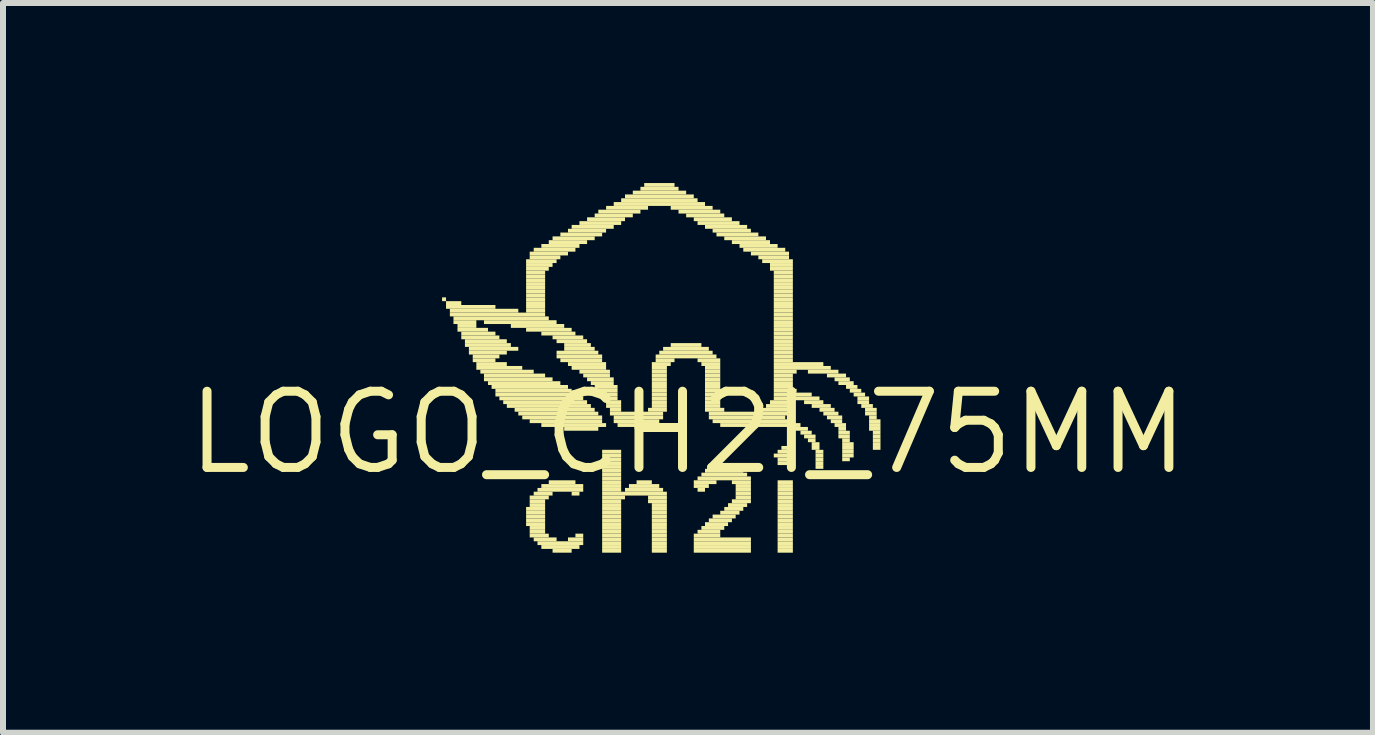
<source format=kicad_pcb>
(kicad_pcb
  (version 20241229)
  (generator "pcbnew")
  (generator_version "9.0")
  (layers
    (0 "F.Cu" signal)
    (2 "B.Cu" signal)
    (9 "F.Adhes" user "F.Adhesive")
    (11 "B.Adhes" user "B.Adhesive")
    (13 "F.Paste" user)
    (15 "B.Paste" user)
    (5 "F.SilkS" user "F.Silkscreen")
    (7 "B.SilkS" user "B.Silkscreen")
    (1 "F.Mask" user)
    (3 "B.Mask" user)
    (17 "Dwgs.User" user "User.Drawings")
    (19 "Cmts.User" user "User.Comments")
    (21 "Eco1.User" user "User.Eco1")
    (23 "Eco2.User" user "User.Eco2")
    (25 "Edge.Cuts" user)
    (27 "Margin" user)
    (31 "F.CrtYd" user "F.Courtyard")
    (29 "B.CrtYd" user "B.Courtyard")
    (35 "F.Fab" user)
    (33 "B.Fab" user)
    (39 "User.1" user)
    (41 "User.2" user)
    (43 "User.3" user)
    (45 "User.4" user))
  (footprint "LOGO_CH2I_75MM"
    (layer "F.Cu")
    (at 8.413 4.159)
    (property "Reference" "LOGO_CH2I_75MM" (at 0 0 0) (layer "F.SilkS") (effects (font (size 1.27 1.27) (thickness 0.15))))
    (fp_poly (pts (xy -4.097 -2.191) (xy -4.031 -2.191) (xy -4.031 -2.254) (xy -4.097 -2.254)) (stroke (width 0) (type default)) (fill yes) (layer "F.SilkS"))
    (fp_poly (pts (xy -4.031 -2.127) (xy -3.777 -2.127) (xy -3.777 -2.191) (xy -4.031 -2.191)) (stroke (width 0) (type default)) (fill yes) (layer "F.SilkS"))
    (fp_poly (pts (xy -4.031 -2.064) (xy -3.208 -2.064) (xy -3.208 -2.127) (xy -4.031 -2.127)) (stroke (width 0) (type default)) (fill yes) (layer "F.SilkS"))
    (fp_poly (pts (xy -3.967 -2) (xy -2.827 -2) (xy -2.827 -2.064) (xy -3.967 -2.064)) (stroke (width 0) (type default)) (fill yes) (layer "F.SilkS"))
    (fp_poly (pts (xy -3.967 -1.937) (xy -2.38 -1.937) (xy -2.38 -2) (xy -3.967 -2)) (stroke (width 0) (type default)) (fill yes) (layer "F.SilkS"))
    (fp_poly (pts (xy -3.907 -1.873) (xy -2.319 -1.873) (xy -2.319 -1.937) (xy -3.907 -1.937)) (stroke (width 0) (type default)) (fill yes) (layer "F.SilkS"))
    (fp_poly (pts (xy -3.907 -1.81) (xy -3.526 -1.81) (xy -3.526 -1.873) (xy -3.907 -1.873)) (stroke (width 0) (type default)) (fill yes) (layer "F.SilkS"))
    (fp_poly (pts (xy -3.84 -1.746) (xy -3.526 -1.746) (xy -3.526 -1.81) (xy -3.84 -1.81)) (stroke (width 0) (type default)) (fill yes) (layer "F.SilkS"))
    (fp_poly (pts (xy -3.84 -1.683) (xy -3.332 -1.683) (xy -3.332 -1.746) (xy -3.84 -1.746)) (stroke (width 0) (type default)) (fill yes) (layer "F.SilkS"))
    (fp_poly (pts (xy -3.777 -1.619) (xy -3.208 -1.619) (xy -3.208 -1.683) (xy -3.777 -1.683)) (stroke (width 0) (type default)) (fill yes) (layer "F.SilkS"))
    (fp_poly (pts (xy -3.777 -1.556) (xy -3.142 -1.556) (xy -3.142 -1.619) (xy -3.777 -1.619)) (stroke (width 0) (type default)) (fill yes) (layer "F.SilkS"))
    (fp_poly (pts (xy -3.716 -1.492) (xy -3.018 -1.492) (xy -3.018 -1.556) (xy -3.716 -1.556)) (stroke (width 0) (type default)) (fill yes) (layer "F.SilkS"))
    (fp_poly (pts (xy -3.716 -1.429) (xy -2.951 -1.429) (xy -2.951 -1.492) (xy -3.716 -1.492)) (stroke (width 0) (type default)) (fill yes) (layer "F.SilkS"))
    (fp_poly (pts (xy -3.65 -1.365) (xy -2.827 -1.365) (xy -2.827 -1.429) (xy -3.65 -1.429)) (stroke (width 0) (type default)) (fill yes) (layer "F.SilkS"))
    (fp_poly (pts (xy -3.65 -1.302) (xy -3.018 -1.302) (xy -3.018 -1.365) (xy -3.65 -1.365)) (stroke (width 0) (type default)) (fill yes) (layer "F.SilkS"))
    (fp_poly (pts (xy -3.586 -1.238) (xy -3.142 -1.238) (xy -3.142 -1.302) (xy -3.586 -1.302)) (stroke (width 0) (type default)) (fill yes) (layer "F.SilkS"))
    (fp_poly (pts (xy -3.586 -1.175) (xy -3.208 -1.175) (xy -3.208 -1.238) (xy -3.586 -1.238)) (stroke (width 0) (type default)) (fill yes) (layer "F.SilkS"))
    (fp_poly (pts (xy -3.526 -1.111) (xy -3.018 -1.111) (xy -3.018 -1.175) (xy -3.526 -1.175)) (stroke (width 0) (type default)) (fill yes) (layer "F.SilkS"))
    (fp_poly (pts (xy -3.526 -1.048) (xy -2.761 -1.048) (xy -2.761 -1.111) (xy -3.526 -1.111)) (stroke (width 0) (type default)) (fill yes) (layer "F.SilkS"))
    (fp_poly (pts (xy -3.459 -0.984) (xy -2.57 -0.984) (xy -2.57 -1.048) (xy -3.459 -1.048)) (stroke (width 0) (type default)) (fill yes) (layer "F.SilkS"))
    (fp_poly (pts (xy -3.399 -1.81) (xy -2.189 -1.81) (xy -2.189 -1.873) (xy -3.399 -1.873)) (stroke (width 0) (type default)) (fill yes) (layer "F.SilkS"))
    (fp_poly (pts (xy -3.399 -0.921) (xy -2.38 -0.921) (xy -2.38 -0.984) (xy -3.399 -0.984)) (stroke (width 0) (type default)) (fill yes) (layer "F.SilkS"))
    (fp_poly (pts (xy -3.399 -0.857) (xy -2.256 -0.857) (xy -2.256 -0.921) (xy -3.399 -0.921)) (stroke (width 0) (type default)) (fill yes) (layer "F.SilkS"))
    (fp_poly (pts (xy -3.332 -0.794) (xy -2.126 -0.794) (xy -2.126 -0.857) (xy -3.332 -0.857)) (stroke (width 0) (type default)) (fill yes) (layer "F.SilkS"))
    (fp_poly (pts (xy -3.272 -0.73) (xy -1.999 -0.73) (xy -1.999 -0.794) (xy -3.272 -0.794)) (stroke (width 0) (type default)) (fill yes) (layer "F.SilkS"))
    (fp_poly (pts (xy -3.208 -0.667) (xy -1.938 -0.667) (xy -1.938 -0.73) (xy -3.208 -0.73)) (stroke (width 0) (type default)) (fill yes) (layer "F.SilkS"))
    (fp_poly (pts (xy -3.208 -0.603) (xy -1.808 -0.603) (xy -1.808 -0.667) (xy -3.208 -0.667)) (stroke (width 0) (type default)) (fill yes) (layer "F.SilkS"))
    (fp_poly (pts (xy -3.142 -0.54) (xy -1.745 -0.54) (xy -1.745 -0.603) (xy -3.142 -0.603)) (stroke (width 0) (type default)) (fill yes) (layer "F.SilkS"))
    (fp_poly (pts (xy -3.078 -0.476) (xy -1.681 -0.476) (xy -1.681 -0.54) (xy -3.078 -0.54)) (stroke (width 0) (type default)) (fill yes) (layer "F.SilkS"))
    (fp_poly (pts (xy -3.018 -0.413) (xy -1.618 -0.413) (xy -1.618 -0.476) (xy -3.018 -0.476)) (stroke (width 0) (type default)) (fill yes) (layer "F.SilkS"))
    (fp_poly (pts (xy -2.951 -1.746) (xy -2.062 -1.746) (xy -2.062 -1.81) (xy -2.951 -1.81)) (stroke (width 0) (type default)) (fill yes) (layer "F.SilkS"))
    (fp_poly (pts (xy -2.888 -0.349) (xy -1.554 -0.349) (xy -1.554 -0.413) (xy -2.888 -0.413)) (stroke (width 0) (type default)) (fill yes) (layer "F.SilkS"))
    (fp_poly (pts (xy -2.827 -0.286) (xy -1.494 -0.286) (xy -1.494 -0.349) (xy -2.827 -0.349)) (stroke (width 0) (type default)) (fill yes) (layer "F.SilkS"))
    (fp_poly (pts (xy -2.761 -0.222) (xy -1.43 -0.222) (xy -1.43 -0.286) (xy -2.761 -0.286)) (stroke (width 0) (type default)) (fill yes) (layer "F.SilkS"))
    (fp_poly (pts (xy -2.697 -2.826) (xy -2.189 -2.826) (xy -2.189 -2.889) (xy -2.697 -2.889)) (stroke (width 0) (type default)) (fill yes) (layer "F.SilkS"))
    (fp_poly (pts (xy -2.697 -2.762) (xy -2.256 -2.762) (xy -2.256 -2.826) (xy -2.697 -2.826)) (stroke (width 0) (type default)) (fill yes) (layer "F.SilkS"))
    (fp_poly (pts (xy -2.697 -2.699) (xy -2.319 -2.699) (xy -2.319 -2.762) (xy -2.697 -2.762)) (stroke (width 0) (type default)) (fill yes) (layer "F.SilkS"))
    (fp_poly (pts (xy -2.697 -2.635) (xy -2.38 -2.635) (xy -2.38 -2.699) (xy -2.697 -2.699)) (stroke (width 0) (type default)) (fill yes) (layer "F.SilkS"))
    (fp_poly (pts (xy -2.697 -2.572) (xy -2.38 -2.572) (xy -2.38 -2.635) (xy -2.697 -2.635)) (stroke (width 0) (type default)) (fill yes) (layer "F.SilkS"))
    (fp_poly (pts (xy -2.697 -2.508) (xy -2.38 -2.508) (xy -2.38 -2.572) (xy -2.697 -2.572)) (stroke (width 0) (type default)) (fill yes) (layer "F.SilkS"))
    (fp_poly (pts (xy -2.697 -2.445) (xy -2.38 -2.445) (xy -2.38 -2.508) (xy -2.697 -2.508)) (stroke (width 0) (type default)) (fill yes) (layer "F.SilkS"))
    (fp_poly (pts (xy -2.697 -2.381) (xy -2.38 -2.381) (xy -2.38 -2.445) (xy -2.697 -2.445)) (stroke (width 0) (type default)) (fill yes) (layer "F.SilkS"))
    (fp_poly (pts (xy -2.697 -2.318) (xy -2.38 -2.318) (xy -2.38 -2.381) (xy -2.697 -2.381)) (stroke (width 0) (type default)) (fill yes) (layer "F.SilkS"))
    (fp_poly (pts (xy -2.697 -2.254) (xy -2.38 -2.254) (xy -2.38 -2.318) (xy -2.697 -2.318)) (stroke (width 0) (type default)) (fill yes) (layer "F.SilkS"))
    (fp_poly (pts (xy -2.697 -2.191) (xy -2.38 -2.191) (xy -2.38 -2.254) (xy -2.697 -2.254)) (stroke (width 0) (type default)) (fill yes) (layer "F.SilkS"))
    (fp_poly (pts (xy -2.697 -2.127) (xy -2.38 -2.127) (xy -2.38 -2.191) (xy -2.697 -2.191)) (stroke (width 0) (type default)) (fill yes) (layer "F.SilkS"))
    (fp_poly (pts (xy -2.697 -2.064) (xy -2.38 -2.064) (xy -2.38 -2.127) (xy -2.697 -2.127)) (stroke (width 0) (type default)) (fill yes) (layer "F.SilkS"))
    (fp_poly (pts (xy -2.697 -2) (xy -2.38 -2) (xy -2.38 -2.064) (xy -2.697 -2.064)) (stroke (width 0) (type default)) (fill yes) (layer "F.SilkS"))
    (fp_poly (pts (xy -2.697 -1.683) (xy -1.938 -1.683) (xy -1.938 -1.746) (xy -2.697 -1.746)) (stroke (width 0) (type default)) (fill yes) (layer "F.SilkS"))
    (fp_poly (pts (xy -2.697 1.302) (xy -2.38 1.302) (xy -2.38 1.238) (xy -2.697 1.238)) (stroke (width 0) (type default)) (fill yes) (layer "F.SilkS"))
    (fp_poly (pts (xy -2.697 1.365) (xy -2.38 1.365) (xy -2.38 1.302) (xy -2.697 1.302)) (stroke (width 0) (type default)) (fill yes) (layer "F.SilkS"))
    (fp_poly (pts (xy -2.697 1.429) (xy -2.38 1.429) (xy -2.38 1.365) (xy -2.697 1.365)) (stroke (width 0) (type default)) (fill yes) (layer "F.SilkS"))
    (fp_poly (pts (xy -2.697 1.492) (xy -2.38 1.492) (xy -2.38 1.429) (xy -2.697 1.429)) (stroke (width 0) (type default)) (fill yes) (layer "F.SilkS"))
    (fp_poly (pts (xy -2.697 1.556) (xy -2.38 1.556) (xy -2.38 1.492) (xy -2.697 1.492)) (stroke (width 0) (type default)) (fill yes) (layer "F.SilkS"))
    (fp_poly (pts (xy -2.637 -2.953) (xy -1.999 -2.953) (xy -1.999 -3.016) (xy -2.637 -3.016)) (stroke (width 0) (type default)) (fill yes) (layer "F.SilkS"))
    (fp_poly (pts (xy -2.637 -2.889) (xy -2.126 -2.889) (xy -2.126 -2.953) (xy -2.637 -2.953)) (stroke (width 0) (type default)) (fill yes) (layer "F.SilkS"))
    (fp_poly (pts (xy -2.637 -0.159) (xy -1.43 -0.159) (xy -1.43 -0.222) (xy -2.637 -0.222)) (stroke (width 0) (type default)) (fill yes) (layer "F.SilkS"))
    (fp_poly (pts (xy -2.637 1.111) (xy -2.319 1.111) (xy -2.319 1.048) (xy -2.637 1.048)) (stroke (width 0) (type default)) (fill yes) (layer "F.SilkS"))
    (fp_poly (pts (xy -2.637 1.175) (xy -2.38 1.175) (xy -2.38 1.111) (xy -2.637 1.111)) (stroke (width 0) (type default)) (fill yes) (layer "F.SilkS"))
    (fp_poly (pts (xy -2.637 1.238) (xy -2.38 1.238) (xy -2.38 1.175) (xy -2.637 1.175)) (stroke (width 0) (type default)) (fill yes) (layer "F.SilkS"))
    (fp_poly (pts (xy -2.637 1.619) (xy -2.38 1.619) (xy -2.38 1.556) (xy -2.637 1.556)) (stroke (width 0) (type default)) (fill yes) (layer "F.SilkS"))
    (fp_poly (pts (xy -2.637 1.683) (xy -2.38 1.683) (xy -2.38 1.619) (xy -2.637 1.619)) (stroke (width 0) (type default)) (fill yes) (layer "F.SilkS"))
    (fp_poly (pts (xy -2.637 1.746) (xy -2.319 1.746) (xy -2.319 1.683) (xy -2.637 1.683)) (stroke (width 0) (type default)) (fill yes) (layer "F.SilkS"))
    (fp_poly (pts (xy -2.57 -3.016) (xy -1.875 -3.016) (xy -1.875 -3.08) (xy -2.57 -3.08)) (stroke (width 0) (type default)) (fill yes) (layer "F.SilkS"))
    (fp_poly (pts (xy -2.57 1.048) (xy -2.256 1.048) (xy -2.256 0.984) (xy -2.57 0.984)) (stroke (width 0) (type default)) (fill yes) (layer "F.SilkS"))
    (fp_poly (pts (xy -2.57 1.81) (xy -2.189 1.81) (xy -2.189 1.746) (xy -2.57 1.746)) (stroke (width 0) (type default)) (fill yes) (layer "F.SilkS"))
    (fp_poly (pts (xy -2.507 0.984) (xy -1.745 0.984) (xy -1.745 0.921) (xy -2.507 0.921)) (stroke (width 0) (type default)) (fill yes) (layer "F.SilkS"))
    (fp_poly (pts (xy -2.507 1.873) (xy -1.745 1.873) (xy -1.745 1.81) (xy -2.507 1.81)) (stroke (width 0) (type default)) (fill yes) (layer "F.SilkS"))
    (fp_poly (pts (xy -2.443 -3.08) (xy -1.808 -3.08) (xy -1.808 -3.143) (xy -2.443 -3.143)) (stroke (width 0) (type default)) (fill yes) (layer "F.SilkS"))
    (fp_poly (pts (xy -2.443 -1.619) (xy -1.875 -1.619) (xy -1.875 -1.683) (xy -2.443 -1.683)) (stroke (width 0) (type default)) (fill yes) (layer "F.SilkS"))
    (fp_poly (pts (xy -2.443 -0.095) (xy -1.364 -0.095) (xy -1.364 -0.159) (xy -2.443 -0.159)) (stroke (width 0) (type default)) (fill yes) (layer "F.SilkS"))
    (fp_poly (pts (xy -2.443 0.921) (xy -1.745 0.921) (xy -1.745 0.857) (xy -2.443 0.857)) (stroke (width 0) (type default)) (fill yes) (layer "F.SilkS"))
    (fp_poly (pts (xy -2.443 1.937) (xy -1.808 1.937) (xy -1.808 1.873) (xy -2.443 1.873)) (stroke (width 0) (type default)) (fill yes) (layer "F.SilkS"))
    (fp_poly (pts (xy -2.319 -3.143) (xy -1.681 -3.143) (xy -1.681 -3.207) (xy -2.319 -3.207)) (stroke (width 0) (type default)) (fill yes) (layer "F.SilkS"))
    (fp_poly (pts (xy -2.319 0.857) (xy -1.875 0.857) (xy -1.875 0.794) (xy -2.319 0.794)) (stroke (width 0) (type default)) (fill yes) (layer "F.SilkS"))
    (fp_poly (pts (xy -2.256 -3.207) (xy -1.554 -3.207) (xy -1.554 -3.27) (xy -2.256 -3.27)) (stroke (width 0) (type default)) (fill yes) (layer "F.SilkS"))
    (fp_poly (pts (xy -2.256 -1.556) (xy -1.745 -1.556) (xy -1.745 -1.619) (xy -2.256 -1.619)) (stroke (width 0) (type default)) (fill yes) (layer "F.SilkS"))
    (fp_poly (pts (xy -2.256 2) (xy -1.938 2) (xy -1.938 1.937) (xy -2.256 1.937)) (stroke (width 0) (type default)) (fill yes) (layer "F.SilkS"))
    (fp_poly (pts (xy -2.189 -1.492) (xy -1.681 -1.492) (xy -1.681 -1.556) (xy -2.189 -1.556)) (stroke (width 0) (type default)) (fill yes) (layer "F.SilkS"))
    (fp_poly (pts (xy -2.189 -1.302) (xy -1.494 -1.302) (xy -1.494 -1.365) (xy -2.189 -1.365)) (stroke (width 0) (type default)) (fill yes) (layer "F.SilkS"))
    (fp_poly (pts (xy -2.189 -1.238) (xy -1.43 -1.238) (xy -1.43 -1.302) (xy -2.189 -1.302)) (stroke (width 0) (type default)) (fill yes) (layer "F.SilkS"))
    (fp_poly (pts (xy -2.126 -3.27) (xy -1.43 -3.27) (xy -1.43 -3.334) (xy -2.126 -3.334)) (stroke (width 0) (type default)) (fill yes) (layer "F.SilkS"))
    (fp_poly (pts (xy -2.126 -1.175) (xy -1.43 -1.175) (xy -1.43 -1.238) (xy -2.126 -1.238)) (stroke (width 0) (type default)) (fill yes) (layer "F.SilkS"))
    (fp_poly (pts (xy -2.062 -1.429) (xy -1.618 -1.429) (xy -1.618 -1.492) (xy -2.062 -1.492)) (stroke (width 0) (type default)) (fill yes) (layer "F.SilkS"))
    (fp_poly (pts (xy -2.062 -1.365) (xy -1.554 -1.365) (xy -1.554 -1.429) (xy -2.062 -1.429)) (stroke (width 0) (type default)) (fill yes) (layer "F.SilkS"))
    (fp_poly (pts (xy -2.062 -0.032) (xy -1.494 -0.032) (xy -1.494 -0.095) (xy -2.062 -0.095)) (stroke (width 0) (type default)) (fill yes) (layer "F.SilkS"))
    (fp_poly (pts (xy -1.999 -3.334) (xy -1.364 -3.334) (xy -1.364 -3.397) (xy -1.999 -3.397)) (stroke (width 0) (type default)) (fill yes) (layer "F.SilkS"))
    (fp_poly (pts (xy -1.999 -1.111) (xy -1.364 -1.111) (xy -1.364 -1.175) (xy -1.999 -1.175)) (stroke (width 0) (type default)) (fill yes) (layer "F.SilkS"))
    (fp_poly (pts (xy -1.999 1.81) (xy -1.745 1.81) (xy -1.745 1.746) (xy -1.999 1.746)) (stroke (width 0) (type default)) (fill yes) (layer "F.SilkS"))
    (fp_poly (pts (xy -1.938 -3.397) (xy -1.237 -3.397) (xy -1.237 -3.461) (xy -1.938 -3.461)) (stroke (width 0) (type default)) (fill yes) (layer "F.SilkS"))
    (fp_poly (pts (xy -1.938 -1.048) (xy -1.364 -1.048) (xy -1.364 -1.111) (xy -1.938 -1.111)) (stroke (width 0) (type default)) (fill yes) (layer "F.SilkS"))
    (fp_poly (pts (xy -1.938 1.048) (xy -1.808 1.048) (xy -1.808 0.984) (xy -1.938 0.984)) (stroke (width 0) (type default)) (fill yes) (layer "F.SilkS"))
    (fp_poly (pts (xy -1.875 1.746) (xy -1.745 1.746) (xy -1.745 1.683) (xy -1.875 1.683)) (stroke (width 0) (type default)) (fill yes) (layer "F.SilkS"))
    (fp_poly (pts (xy -1.808 -3.461) (xy -1.113 -3.461) (xy -1.113 -3.524) (xy -1.808 -3.524)) (stroke (width 0) (type default)) (fill yes) (layer "F.SilkS"))
    (fp_poly (pts (xy -1.808 -0.984) (xy -1.3 -0.984) (xy -1.3 -1.048) (xy -1.808 -1.048)) (stroke (width 0) (type default)) (fill yes) (layer "F.SilkS"))
    (fp_poly (pts (xy -1.745 -0.921) (xy -1.3 -0.921) (xy -1.3 -0.984) (xy -1.745 -0.984)) (stroke (width 0) (type default)) (fill yes) (layer "F.SilkS"))
    (fp_poly (pts (xy -1.681 -3.524) (xy -1.049 -3.524) (xy -1.049 -3.588) (xy -1.681 -3.588)) (stroke (width 0) (type default)) (fill yes) (layer "F.SilkS"))
    (fp_poly (pts (xy -1.681 -0.857) (xy -1.237 -0.857) (xy -1.237 -0.921) (xy -1.681 -0.921)) (stroke (width 0) (type default)) (fill yes) (layer "F.SilkS"))
    (fp_poly (pts (xy -1.618 -0.794) (xy -1.237 -0.794) (xy -1.237 -0.857) (xy -1.618 -0.857)) (stroke (width 0) (type default)) (fill yes) (layer "F.SilkS"))
    (fp_poly (pts (xy -1.554 -3.588) (xy -0.919 -3.588) (xy -0.919 -3.651) (xy -1.554 -3.651)) (stroke (width 0) (type default)) (fill yes) (layer "F.SilkS"))
    (fp_poly (pts (xy -1.554 -0.73) (xy -1.173 -0.73) (xy -1.173 -0.794) (xy -1.554 -0.794)) (stroke (width 0) (type default)) (fill yes) (layer "F.SilkS"))
    (fp_poly (pts (xy -1.554 -0.667) (xy -1.173 -0.667) (xy -1.173 -0.73) (xy -1.554 -0.73)) (stroke (width 0) (type default)) (fill yes) (layer "F.SilkS"))
    (fp_poly (pts (xy -1.494 -3.651) (xy -0.792 -3.651) (xy -0.792 -3.715) (xy -1.494 -3.715)) (stroke (width 0) (type default)) (fill yes) (layer "F.SilkS"))
    (fp_poly (pts (xy -1.494 -0.603) (xy -1.173 -0.603) (xy -1.173 -0.667) (xy -1.494 -0.667)) (stroke (width 0) (type default)) (fill yes) (layer "F.SilkS"))
    (fp_poly (pts (xy -1.43 -0.54) (xy -1.173 -0.54) (xy -1.173 -0.603) (xy -1.43 -0.603)) (stroke (width 0) (type default)) (fill yes) (layer "F.SilkS"))
    (fp_poly (pts (xy -1.43 0.349) (xy -1.113 0.349) (xy -1.113 0.286) (xy -1.43 0.286)) (stroke (width 0) (type default)) (fill yes) (layer "F.SilkS"))
    (fp_poly (pts (xy -1.43 0.413) (xy -1.113 0.413) (xy -1.113 0.349) (xy -1.43 0.349)) (stroke (width 0) (type default)) (fill yes) (layer "F.SilkS"))
    (fp_poly (pts (xy -1.43 0.476) (xy -1.113 0.476) (xy -1.113 0.413) (xy -1.43 0.413)) (stroke (width 0) (type default)) (fill yes) (layer "F.SilkS"))
    (fp_poly (pts (xy -1.43 0.54) (xy -1.113 0.54) (xy -1.113 0.476) (xy -1.43 0.476)) (stroke (width 0) (type default)) (fill yes) (layer "F.SilkS"))
    (fp_poly (pts (xy -1.43 0.603) (xy -1.113 0.603) (xy -1.113 0.54) (xy -1.43 0.54)) (stroke (width 0) (type default)) (fill yes) (layer "F.SilkS"))
    (fp_poly (pts (xy -1.43 0.667) (xy -1.113 0.667) (xy -1.113 0.603) (xy -1.43 0.603)) (stroke (width 0) (type default)) (fill yes) (layer "F.SilkS"))
    (fp_poly (pts (xy -1.43 0.73) (xy -1.113 0.73) (xy -1.113 0.667) (xy -1.43 0.667)) (stroke (width 0) (type default)) (fill yes) (layer "F.SilkS"))
    (fp_poly (pts (xy -1.43 0.794) (xy -1.113 0.794) (xy -1.113 0.73) (xy -1.43 0.73)) (stroke (width 0) (type default)) (fill yes) (layer "F.SilkS"))
    (fp_poly (pts (xy -1.43 0.857) (xy -1.113 0.857) (xy -1.113 0.794) (xy -1.43 0.794)) (stroke (width 0) (type default)) (fill yes) (layer "F.SilkS"))
    (fp_poly (pts (xy -1.43 0.921) (xy -1.113 0.921) (xy -1.113 0.857) (xy -1.43 0.857)) (stroke (width 0) (type default)) (fill yes) (layer "F.SilkS"))
    (fp_poly (pts (xy -1.43 0.984) (xy -1.113 0.984) (xy -1.113 0.921) (xy -1.43 0.921)) (stroke (width 0) (type default)) (fill yes) (layer "F.SilkS"))
    (fp_poly (pts (xy -1.43 1.048) (xy -0.351 1.048) (xy -0.351 0.984) (xy -1.43 0.984)) (stroke (width 0) (type default)) (fill yes) (layer "F.SilkS"))
    (fp_poly (pts (xy -1.43 1.111) (xy -1.049 1.111) (xy -1.049 1.048) (xy -1.43 1.048)) (stroke (width 0) (type default)) (fill yes) (layer "F.SilkS"))
    (fp_poly (pts (xy -1.43 1.175) (xy -1.113 1.175) (xy -1.113 1.111) (xy -1.43 1.111)) (stroke (width 0) (type default)) (fill yes) (layer "F.SilkS"))
    (fp_poly (pts (xy -1.43 1.238) (xy -1.113 1.238) (xy -1.113 1.175) (xy -1.43 1.175)) (stroke (width 0) (type default)) (fill yes) (layer "F.SilkS"))
    (fp_poly (pts (xy -1.43 1.302) (xy -1.113 1.302) (xy -1.113 1.238) (xy -1.43 1.238)) (stroke (width 0) (type default)) (fill yes) (layer "F.SilkS"))
    (fp_poly (pts (xy -1.43 1.365) (xy -1.113 1.365) (xy -1.113 1.302) (xy -1.43 1.302)) (stroke (width 0) (type default)) (fill yes) (layer "F.SilkS"))
    (fp_poly (pts (xy -1.43 1.429) (xy -1.113 1.429) (xy -1.113 1.365) (xy -1.43 1.365)) (stroke (width 0) (type default)) (fill yes) (layer "F.SilkS"))
    (fp_poly (pts (xy -1.43 1.492) (xy -1.113 1.492) (xy -1.113 1.429) (xy -1.43 1.429)) (stroke (width 0) (type default)) (fill yes) (layer "F.SilkS"))
    (fp_poly (pts (xy -1.43 1.556) (xy -1.113 1.556) (xy -1.113 1.492) (xy -1.43 1.492)) (stroke (width 0) (type default)) (fill yes) (layer "F.SilkS"))
    (fp_poly (pts (xy -1.43 1.619) (xy -1.113 1.619) (xy -1.113 1.556) (xy -1.43 1.556)) (stroke (width 0) (type default)) (fill yes) (layer "F.SilkS"))
    (fp_poly (pts (xy -1.43 1.683) (xy -1.113 1.683) (xy -1.113 1.619) (xy -1.43 1.619)) (stroke (width 0) (type default)) (fill yes) (layer "F.SilkS"))
    (fp_poly (pts (xy -1.43 1.746) (xy -1.113 1.746) (xy -1.113 1.683) (xy -1.43 1.683)) (stroke (width 0) (type default)) (fill yes) (layer "F.SilkS"))
    (fp_poly (pts (xy -1.43 1.81) (xy -1.113 1.81) (xy -1.113 1.746) (xy -1.43 1.746)) (stroke (width 0) (type default)) (fill yes) (layer "F.SilkS"))
    (fp_poly (pts (xy -1.43 1.873) (xy -1.113 1.873) (xy -1.113 1.81) (xy -1.43 1.81)) (stroke (width 0) (type default)) (fill yes) (layer "F.SilkS"))
    (fp_poly (pts (xy -1.43 1.937) (xy -1.113 1.937) (xy -1.113 1.873) (xy -1.43 1.873)) (stroke (width 0) (type default)) (fill yes) (layer "F.SilkS"))
    (fp_poly (pts (xy -1.43 2) (xy -1.113 2) (xy -1.113 1.937) (xy -1.43 1.937)) (stroke (width 0) (type default)) (fill yes) (layer "F.SilkS"))
    (fp_poly (pts (xy -1.364 -3.715) (xy -0.665 -3.715) (xy -0.665 -3.778) (xy -1.364 -3.778)) (stroke (width 0) (type default)) (fill yes) (layer "F.SilkS"))
    (fp_poly (pts (xy -1.364 -0.476) (xy -1.113 -0.476) (xy -1.113 -0.54) (xy -1.364 -0.54)) (stroke (width 0) (type default)) (fill yes) (layer "F.SilkS"))
    (fp_poly (pts (xy -1.364 -0.413) (xy -1.113 -0.413) (xy -1.113 -0.476) (xy -1.364 -0.476)) (stroke (width 0) (type default)) (fill yes) (layer "F.SilkS"))
    (fp_poly (pts (xy -1.3 -0.349) (xy -1.113 -0.349) (xy -1.113 -0.413) (xy -1.3 -0.413)) (stroke (width 0) (type default)) (fill yes) (layer "F.SilkS"))
    (fp_poly (pts (xy -1.3 -0.286) (xy -0.414 -0.286) (xy -0.414 -0.349) (xy -1.3 -0.349)) (stroke (width 0) (type default)) (fill yes) (layer "F.SilkS"))
    (fp_poly (pts (xy -1.237 -3.778) (xy 0.284 -3.778) (xy 0.284 -3.842) (xy -1.237 -3.842)) (stroke (width 0) (type default)) (fill yes) (layer "F.SilkS"))
    (fp_poly (pts (xy -1.237 -0.222) (xy -0.414 -0.222) (xy -0.414 -0.286) (xy -1.237 -0.286)) (stroke (width 0) (type default)) (fill yes) (layer "F.SilkS"))
    (fp_poly (pts (xy -1.237 -0.159) (xy -0.478 -0.159) (xy -0.478 -0.222) (xy -1.237 -0.222)) (stroke (width 0) (type default)) (fill yes) (layer "F.SilkS"))
    (fp_poly (pts (xy -1.173 -0.095) (xy -0.602 -0.095) (xy -0.602 -0.159) (xy -1.173 -0.159)) (stroke (width 0) (type default)) (fill yes) (layer "F.SilkS"))
    (fp_poly (pts (xy -1.113 -3.842) (xy 0.16 -3.842) (xy 0.16 -3.905) (xy -1.113 -3.905)) (stroke (width 0) (type default)) (fill yes) (layer "F.SilkS"))
    (fp_poly (pts (xy -1.049 -3.905) (xy 0.097 -3.905) (xy 0.097 -3.969) (xy -1.049 -3.969)) (stroke (width 0) (type default)) (fill yes) (layer "F.SilkS"))
    (fp_poly (pts (xy -1.049 0.984) (xy -0.414 0.984) (xy -0.414 0.921) (xy -1.049 0.921)) (stroke (width 0) (type default)) (fill yes) (layer "F.SilkS"))
    (fp_poly (pts (xy -0.983 0.921) (xy -0.478 0.921) (xy -0.478 0.857) (xy -0.983 0.857)) (stroke (width 0) (type default)) (fill yes) (layer "F.SilkS"))
    (fp_poly (pts (xy -0.919 -3.969) (xy -0.03 -3.969) (xy -0.03 -4.032) (xy -0.919 -4.032)) (stroke (width 0) (type default)) (fill yes) (layer "F.SilkS"))
    (fp_poly (pts (xy -0.856 0.857) (xy -0.602 0.857) (xy -0.602 0.794) (xy -0.856 0.794)) (stroke (width 0) (type default)) (fill yes) (layer "F.SilkS"))
    (fp_poly (pts (xy -0.792 -4.032) (xy -0.157 -4.032) (xy -0.157 -4.096) (xy -0.792 -4.096)) (stroke (width 0) (type default)) (fill yes) (layer "F.SilkS"))
    (fp_poly (pts (xy -0.729 -4.096) (xy -0.224 -4.096) (xy -0.224 -4.159) (xy -0.729 -4.159)) (stroke (width 0) (type default)) (fill yes) (layer "F.SilkS"))
    (fp_poly (pts (xy -0.665 -0.349) (xy -0.351 -0.349) (xy -0.351 -0.413) (xy -0.665 -0.413)) (stroke (width 0) (type default)) (fill yes) (layer "F.SilkS"))
    (fp_poly (pts (xy -0.665 1.111) (xy -0.351 1.111) (xy -0.351 1.048) (xy -0.665 1.048)) (stroke (width 0) (type default)) (fill yes) (layer "F.SilkS"))
    (fp_poly (pts (xy -0.665 1.175) (xy -0.351 1.175) (xy -0.351 1.111) (xy -0.665 1.111)) (stroke (width 0) (type default)) (fill yes) (layer "F.SilkS"))
    (fp_poly (pts (xy -0.602 -1.111) (xy -0.287 -1.111) (xy -0.287 -1.175) (xy -0.602 -1.175)) (stroke (width 0) (type default)) (fill yes) (layer "F.SilkS"))
    (fp_poly (pts (xy -0.602 -1.048) (xy -0.351 -1.048) (xy -0.351 -1.111) (xy -0.602 -1.111)) (stroke (width 0) (type default)) (fill yes) (layer "F.SilkS"))
    (fp_poly (pts (xy -0.602 -0.984) (xy -0.351 -0.984) (xy -0.351 -1.048) (xy -0.602 -1.048)) (stroke (width 0) (type default)) (fill yes) (layer "F.SilkS"))
    (fp_poly (pts (xy -0.602 -0.921) (xy -0.351 -0.921) (xy -0.351 -0.984) (xy -0.602 -0.984)) (stroke (width 0) (type default)) (fill yes) (layer "F.SilkS"))
    (fp_poly (pts (xy -0.602 -0.857) (xy -0.351 -0.857) (xy -0.351 -0.921) (xy -0.602 -0.921)) (stroke (width 0) (type default)) (fill yes) (layer "F.SilkS"))
    (fp_poly (pts (xy -0.602 -0.794) (xy -0.351 -0.794) (xy -0.351 -0.857) (xy -0.602 -0.857)) (stroke (width 0) (type default)) (fill yes) (layer "F.SilkS"))
    (fp_poly (pts (xy -0.602 -0.73) (xy -0.351 -0.73) (xy -0.351 -0.794) (xy -0.602 -0.794)) (stroke (width 0) (type default)) (fill yes) (layer "F.SilkS"))
    (fp_poly (pts (xy -0.602 -0.667) (xy -0.351 -0.667) (xy -0.351 -0.73) (xy -0.602 -0.73)) (stroke (width 0) (type default)) (fill yes) (layer "F.SilkS"))
    (fp_poly (pts (xy -0.602 -0.603) (xy -0.351 -0.603) (xy -0.351 -0.667) (xy -0.602 -0.667)) (stroke (width 0) (type default)) (fill yes) (layer "F.SilkS"))
    (fp_poly (pts (xy -0.602 -0.54) (xy -0.351 -0.54) (xy -0.351 -0.603) (xy -0.602 -0.603)) (stroke (width 0) (type default)) (fill yes) (layer "F.SilkS"))
    (fp_poly (pts (xy -0.602 -0.476) (xy -0.351 -0.476) (xy -0.351 -0.54) (xy -0.602 -0.54)) (stroke (width 0) (type default)) (fill yes) (layer "F.SilkS"))
    (fp_poly (pts (xy -0.602 -0.413) (xy -0.351 -0.413) (xy -0.351 -0.476) (xy -0.602 -0.476)) (stroke (width 0) (type default)) (fill yes) (layer "F.SilkS"))
    (fp_poly (pts (xy -0.602 1.238) (xy -0.351 1.238) (xy -0.351 1.175) (xy -0.602 1.175)) (stroke (width 0) (type default)) (fill yes) (layer "F.SilkS"))
    (fp_poly (pts (xy -0.602 1.302) (xy -0.351 1.302) (xy -0.351 1.238) (xy -0.602 1.238)) (stroke (width 0) (type default)) (fill yes) (layer "F.SilkS"))
    (fp_poly (pts (xy -0.602 1.365) (xy -0.351 1.365) (xy -0.351 1.302) (xy -0.602 1.302)) (stroke (width 0) (type default)) (fill yes) (layer "F.SilkS"))
    (fp_poly (pts (xy -0.602 1.429) (xy -0.351 1.429) (xy -0.351 1.365) (xy -0.602 1.365)) (stroke (width 0) (type default)) (fill yes) (layer "F.SilkS"))
    (fp_poly (pts (xy -0.602 1.492) (xy -0.351 1.492) (xy -0.351 1.429) (xy -0.602 1.429)) (stroke (width 0) (type default)) (fill yes) (layer "F.SilkS"))
    (fp_poly (pts (xy -0.602 1.556) (xy -0.351 1.556) (xy -0.351 1.492) (xy -0.602 1.492)) (stroke (width 0) (type default)) (fill yes) (layer "F.SilkS"))
    (fp_poly (pts (xy -0.602 1.619) (xy -0.351 1.619) (xy -0.351 1.556) (xy -0.602 1.556)) (stroke (width 0) (type default)) (fill yes) (layer "F.SilkS"))
    (fp_poly (pts (xy -0.602 1.683) (xy -0.351 1.683) (xy -0.351 1.619) (xy -0.602 1.619)) (stroke (width 0) (type default)) (fill yes) (layer "F.SilkS"))
    (fp_poly (pts (xy -0.602 1.746) (xy -0.351 1.746) (xy -0.351 1.683) (xy -0.602 1.683)) (stroke (width 0) (type default)) (fill yes) (layer "F.SilkS"))
    (fp_poly (pts (xy -0.602 1.81) (xy -0.351 1.81) (xy -0.351 1.746) (xy -0.602 1.746)) (stroke (width 0) (type default)) (fill yes) (layer "F.SilkS"))
    (fp_poly (pts (xy -0.602 1.873) (xy -0.351 1.873) (xy -0.351 1.81) (xy -0.602 1.81)) (stroke (width 0) (type default)) (fill yes) (layer "F.SilkS"))
    (fp_poly (pts (xy -0.602 1.937) (xy -0.351 1.937) (xy -0.351 1.873) (xy -0.602 1.873)) (stroke (width 0) (type default)) (fill yes) (layer "F.SilkS"))
    (fp_poly (pts (xy -0.602 2) (xy -0.351 2) (xy -0.351 1.937) (xy -0.602 1.937)) (stroke (width 0) (type default)) (fill yes) (layer "F.SilkS"))
    (fp_poly (pts (xy -0.538 -1.238) (xy 0.475 -1.238) (xy 0.475 -1.302) (xy -0.538 -1.302)) (stroke (width 0) (type default)) (fill yes) (layer "F.SilkS"))
    (fp_poly (pts (xy -0.538 -1.175) (xy -0.224 -1.175) (xy -0.224 -1.238) (xy -0.538 -1.238)) (stroke (width 0) (type default)) (fill yes) (layer "F.SilkS"))
    (fp_poly (pts (xy -0.478 -1.302) (xy 0.411 -1.302) (xy 0.411 -1.365) (xy -0.478 -1.365)) (stroke (width 0) (type default)) (fill yes) (layer "F.SilkS"))
    (fp_poly (pts (xy -0.414 -1.365) (xy 0.348 -1.365) (xy 0.348 -1.429) (xy -0.414 -1.429)) (stroke (width 0) (type default)) (fill yes) (layer "F.SilkS"))
    (fp_poly (pts (xy -0.287 -3.715) (xy 0.411 -3.715) (xy 0.411 -3.778) (xy -0.287 -3.778)) (stroke (width 0) (type default)) (fill yes) (layer "F.SilkS"))
    (fp_poly (pts (xy -0.287 -1.429) (xy 0.224 -1.429) (xy 0.224 -1.492) (xy -0.287 -1.492)) (stroke (width 0) (type default)) (fill yes) (layer "F.SilkS"))
    (fp_poly (pts (xy -0.157 -3.651) (xy 0.538 -3.651) (xy 0.538 -3.715) (xy -0.157 -3.715)) (stroke (width 0) (type default)) (fill yes) (layer "F.SilkS"))
    (fp_poly (pts (xy -0.03 -3.588) (xy 0.605 -3.588) (xy 0.605 -3.651) (xy -0.03 -3.651)) (stroke (width 0) (type default)) (fill yes) (layer "F.SilkS"))
    (fp_poly (pts (xy 0.097 -3.524) (xy 0.732 -3.524) (xy 0.732 -3.588) (xy 0.097 -3.588)) (stroke (width 0) (type default)) (fill yes) (layer "F.SilkS"))
    (fp_poly (pts (xy 0.097 0.857) (xy 0.475 0.857) (xy 0.475 0.794) (xy 0.097 0.794)) (stroke (width 0) (type default)) (fill yes) (layer "F.SilkS"))
    (fp_poly (pts (xy 0.097 0.921) (xy 0.348 0.921) (xy 0.348 0.857) (xy 0.097 0.857)) (stroke (width 0) (type default)) (fill yes) (layer "F.SilkS"))
    (fp_poly (pts (xy 0.097 1.746) (xy 0.538 1.746) (xy 0.538 1.683) (xy 0.097 1.683)) (stroke (width 0) (type default)) (fill yes) (layer "F.SilkS"))
    (fp_poly (pts (xy 0.097 1.81) (xy 1.049 1.81) (xy 1.049 1.746) (xy 0.097 1.746)) (stroke (width 0) (type default)) (fill yes) (layer "F.SilkS"))
    (fp_poly (pts (xy 0.097 1.873) (xy 1.049 1.873) (xy 1.049 1.81) (xy 0.097 1.81)) (stroke (width 0) (type default)) (fill yes) (layer "F.SilkS"))
    (fp_poly (pts (xy 0.097 1.937) (xy 1.049 1.937) (xy 1.049 1.873) (xy 0.097 1.873)) (stroke (width 0) (type default)) (fill yes) (layer "F.SilkS"))
    (fp_poly (pts (xy 0.097 2) (xy 1.049 2) (xy 1.049 1.937) (xy 0.097 1.937)) (stroke (width 0) (type default)) (fill yes) (layer "F.SilkS"))
    (fp_poly (pts (xy 0.16 -3.461) (xy 0.859 -3.461) (xy 0.859 -3.524) (xy 0.16 -3.524)) (stroke (width 0) (type default)) (fill yes) (layer "F.SilkS"))
    (fp_poly (pts (xy 0.16 -1.175) (xy 0.538 -1.175) (xy 0.538 -1.238) (xy 0.16 -1.238)) (stroke (width 0) (type default)) (fill yes) (layer "F.SilkS"))
    (fp_poly (pts (xy 0.16 0.794) (xy 1.049 0.794) (xy 1.049 0.73) (xy 0.16 0.73)) (stroke (width 0) (type default)) (fill yes) (layer "F.SilkS"))
    (fp_poly (pts (xy 0.16 0.984) (xy 0.284 0.984) (xy 0.284 0.921) (xy 0.16 0.921)) (stroke (width 0) (type default)) (fill yes) (layer "F.SilkS"))
    (fp_poly (pts (xy 0.16 1.683) (xy 0.538 1.683) (xy 0.538 1.619) (xy 0.16 1.619)) (stroke (width 0) (type default)) (fill yes) (layer "F.SilkS"))
    (fp_poly (pts (xy 0.224 -1.111) (xy 0.538 -1.111) (xy 0.538 -1.175) (xy 0.224 -1.175)) (stroke (width 0) (type default)) (fill yes) (layer "F.SilkS"))
    (fp_poly (pts (xy 0.224 0.73) (xy 0.986 0.73) (xy 0.986 0.667) (xy 0.224 0.667)) (stroke (width 0) (type default)) (fill yes) (layer "F.SilkS"))
    (fp_poly (pts (xy 0.224 1.619) (xy 0.605 1.619) (xy 0.605 1.556) (xy 0.224 1.556)) (stroke (width 0) (type default)) (fill yes) (layer "F.SilkS"))
    (fp_poly (pts (xy 0.284 -3.397) (xy 0.986 -3.397) (xy 0.986 -3.461) (xy 0.284 -3.461)) (stroke (width 0) (type default)) (fill yes) (layer "F.SilkS"))
    (fp_poly (pts (xy 0.284 -1.048) (xy 0.538 -1.048) (xy 0.538 -1.111) (xy 0.284 -1.111)) (stroke (width 0) (type default)) (fill yes) (layer "F.SilkS"))
    (fp_poly (pts (xy 0.284 -0.984) (xy 0.538 -0.984) (xy 0.538 -1.048) (xy 0.284 -1.048)) (stroke (width 0) (type default)) (fill yes) (layer "F.SilkS"))
    (fp_poly (pts (xy 0.284 -0.921) (xy 0.538 -0.921) (xy 0.538 -0.984) (xy 0.284 -0.984)) (stroke (width 0) (type default)) (fill yes) (layer "F.SilkS"))
    (fp_poly (pts (xy 0.284 -0.857) (xy 0.538 -0.857) (xy 0.538 -0.921) (xy 0.284 -0.921)) (stroke (width 0) (type default)) (fill yes) (layer "F.SilkS"))
    (fp_poly (pts (xy 0.284 -0.794) (xy 0.538 -0.794) (xy 0.538 -0.857) (xy 0.284 -0.857)) (stroke (width 0) (type default)) (fill yes) (layer "F.SilkS"))
    (fp_poly (pts (xy 0.284 -0.73) (xy 0.538 -0.73) (xy 0.538 -0.794) (xy 0.284 -0.794)) (stroke (width 0) (type default)) (fill yes) (layer "F.SilkS"))
    (fp_poly (pts (xy 0.284 -0.667) (xy 0.538 -0.667) (xy 0.538 -0.73) (xy 0.284 -0.73)) (stroke (width 0) (type default)) (fill yes) (layer "F.SilkS"))
    (fp_poly (pts (xy 0.284 -0.603) (xy 0.538 -0.603) (xy 0.538 -0.667) (xy 0.284 -0.667)) (stroke (width 0) (type default)) (fill yes) (layer "F.SilkS"))
    (fp_poly (pts (xy 0.284 -0.54) (xy 0.538 -0.54) (xy 0.538 -0.603) (xy 0.284 -0.603)) (stroke (width 0) (type default)) (fill yes) (layer "F.SilkS"))
    (fp_poly (pts (xy 0.284 -0.476) (xy 0.538 -0.476) (xy 0.538 -0.54) (xy 0.284 -0.54)) (stroke (width 0) (type default)) (fill yes) (layer "F.SilkS"))
    (fp_poly (pts (xy 0.284 -0.413) (xy 0.538 -0.413) (xy 0.538 -0.476) (xy 0.284 -0.476)) (stroke (width 0) (type default)) (fill yes) (layer "F.SilkS"))
    (fp_poly (pts (xy 0.284 -0.349) (xy 0.605 -0.349) (xy 0.605 -0.413) (xy 0.284 -0.413)) (stroke (width 0) (type default)) (fill yes) (layer "F.SilkS"))
    (fp_poly (pts (xy 0.284 0.667) (xy 0.922 0.667) (xy 0.922 0.603) (xy 0.284 0.603)) (stroke (width 0) (type default)) (fill yes) (layer "F.SilkS"))
    (fp_poly (pts (xy 0.284 1.556) (xy 0.668 1.556) (xy 0.668 1.492) (xy 0.284 1.492)) (stroke (width 0) (type default)) (fill yes) (layer "F.SilkS"))
    (fp_poly (pts (xy 0.348 -0.286) (xy 1.684 -0.286) (xy 1.684 -0.349) (xy 0.348 -0.349)) (stroke (width 0) (type default)) (fill yes) (layer "F.SilkS"))
    (fp_poly (pts (xy 0.348 -0.222) (xy 1.621 -0.222) (xy 1.621 -0.286) (xy 0.348 -0.286)) (stroke (width 0) (type default)) (fill yes) (layer "F.SilkS"))
    (fp_poly (pts (xy 0.348 1.492) (xy 0.732 1.492) (xy 0.732 1.429) (xy 0.348 1.429)) (stroke (width 0) (type default)) (fill yes) (layer "F.SilkS"))
    (fp_poly (pts (xy 0.411 -3.334) (xy 1.049 -3.334) (xy 1.049 -3.397) (xy 0.411 -3.397)) (stroke (width 0) (type default)) (fill yes) (layer "F.SilkS"))
    (fp_poly (pts (xy 0.411 -0.159) (xy 1.748 -0.159) (xy 1.748 -0.222) (xy 0.411 -0.222)) (stroke (width 0) (type default)) (fill yes) (layer "F.SilkS"))
    (fp_poly (pts (xy 0.411 0.603) (xy 0.795 0.603) (xy 0.795 0.54) (xy 0.411 0.54)) (stroke (width 0) (type default)) (fill yes) (layer "F.SilkS"))
    (fp_poly (pts (xy 0.411 1.429) (xy 0.795 1.429) (xy 0.795 1.365) (xy 0.411 1.365)) (stroke (width 0) (type default)) (fill yes) (layer "F.SilkS"))
    (fp_poly (pts (xy 0.475 -3.27) (xy 1.173 -3.27) (xy 1.173 -3.334) (xy 0.475 -3.334)) (stroke (width 0) (type default)) (fill yes) (layer "F.SilkS"))
    (fp_poly (pts (xy 0.538 -0.095) (xy 1.875 -0.095) (xy 1.875 -0.159) (xy 0.538 -0.159)) (stroke (width 0) (type default)) (fill yes) (layer "F.SilkS"))
    (fp_poly (pts (xy 0.538 1.365) (xy 0.859 1.365) (xy 0.859 1.302) (xy 0.538 1.302)) (stroke (width 0) (type default)) (fill yes) (layer "F.SilkS"))
    (fp_poly (pts (xy 0.605 -3.207) (xy 1.3 -3.207) (xy 1.3 -3.27) (xy 0.605 -3.27)) (stroke (width 0) (type default)) (fill yes) (layer "F.SilkS"))
    (fp_poly (pts (xy 0.605 1.302) (xy 0.922 1.302) (xy 0.922 1.238) (xy 0.605 1.238)) (stroke (width 0) (type default)) (fill yes) (layer "F.SilkS"))
    (fp_poly (pts (xy 0.668 1.238) (xy 0.986 1.238) (xy 0.986 1.175) (xy 0.668 1.175)) (stroke (width 0) (type default)) (fill yes) (layer "F.SilkS"))
    (fp_poly (pts (xy 0.732 -3.143) (xy 1.367 -3.143) (xy 1.367 -3.207) (xy 0.732 -3.207)) (stroke (width 0) (type default)) (fill yes) (layer "F.SilkS"))
    (fp_poly (pts (xy 0.732 0.857) (xy 1.049 0.857) (xy 1.049 0.794) (xy 0.732 0.794)) (stroke (width 0) (type default)) (fill yes) (layer "F.SilkS"))
    (fp_poly (pts (xy 0.732 1.175) (xy 1.049 1.175) (xy 1.049 1.111) (xy 0.732 1.111)) (stroke (width 0) (type default)) (fill yes) (layer "F.SilkS"))
    (fp_poly (pts (xy 0.795 0.921) (xy 1.049 0.921) (xy 1.049 0.857) (xy 0.795 0.857)) (stroke (width 0) (type default)) (fill yes) (layer "F.SilkS"))
    (fp_poly (pts (xy 0.795 0.984) (xy 1.049 0.984) (xy 1.049 0.921) (xy 0.795 0.921)) (stroke (width 0) (type default)) (fill yes) (layer "F.SilkS"))
    (fp_poly (pts (xy 0.795 1.048) (xy 1.049 1.048) (xy 1.049 0.984) (xy 0.795 0.984)) (stroke (width 0) (type default)) (fill yes) (layer "F.SilkS"))
    (fp_poly (pts (xy 0.795 1.111) (xy 1.049 1.111) (xy 1.049 1.048) (xy 0.795 1.048)) (stroke (width 0) (type default)) (fill yes) (layer "F.SilkS"))
    (fp_poly (pts (xy 0.859 -3.08) (xy 1.494 -3.08) (xy 1.494 -3.143) (xy 0.859 -3.143)) (stroke (width 0) (type default)) (fill yes) (layer "F.SilkS"))
    (fp_poly (pts (xy 0.922 -3.016) (xy 1.621 -3.016) (xy 1.621 -3.08) (xy 0.922 -3.08)) (stroke (width 0) (type default)) (fill yes) (layer "F.SilkS"))
    (fp_poly (pts (xy 1.049 -2.953) (xy 1.684 -2.953) (xy 1.684 -3.016) (xy 1.049 -3.016)) (stroke (width 0) (type default)) (fill yes) (layer "F.SilkS"))
    (fp_poly (pts (xy 1.11 -0.349) (xy 1.684 -0.349) (xy 1.684 -0.413) (xy 1.11 -0.413)) (stroke (width 0) (type default)) (fill yes) (layer "F.SilkS"))
    (fp_poly (pts (xy 1.173 -2.889) (xy 1.684 -2.889) (xy 1.684 -2.953) (xy 1.173 -2.953)) (stroke (width 0) (type default)) (fill yes) (layer "F.SilkS"))
    (fp_poly (pts (xy 1.237 -2.826) (xy 1.748 -2.826) (xy 1.748 -2.889) (xy 1.237 -2.889)) (stroke (width 0) (type default)) (fill yes) (layer "F.SilkS"))
    (fp_poly (pts (xy 1.3 -0.413) (xy 1.748 -0.413) (xy 1.748 -0.476) (xy 1.3 -0.476)) (stroke (width 0) (type default)) (fill yes) (layer "F.SilkS"))
    (fp_poly (pts (xy 1.367 -2.762) (xy 1.748 -2.762) (xy 1.748 -2.826) (xy 1.367 -2.826)) (stroke (width 0) (type default)) (fill yes) (layer "F.SilkS"))
    (fp_poly (pts (xy 1.367 -2.699) (xy 1.748 -2.699) (xy 1.748 -2.762) (xy 1.367 -2.762)) (stroke (width 0) (type default)) (fill yes) (layer "F.SilkS"))
    (fp_poly (pts (xy 1.367 -0.476) (xy 1.748 -0.476) (xy 1.748 -0.54) (xy 1.367 -0.54)) (stroke (width 0) (type default)) (fill yes) (layer "F.SilkS"))
    (fp_poly (pts (xy 1.43 -2.635) (xy 1.748 -2.635) (xy 1.748 -2.699) (xy 1.43 -2.699)) (stroke (width 0) (type default)) (fill yes) (layer "F.SilkS"))
    (fp_poly (pts (xy 1.43 -2.572) (xy 1.748 -2.572) (xy 1.748 -2.635) (xy 1.43 -2.635)) (stroke (width 0) (type default)) (fill yes) (layer "F.SilkS"))
    (fp_poly (pts (xy 1.43 -2.508) (xy 1.748 -2.508) (xy 1.748 -2.572) (xy 1.43 -2.572)) (stroke (width 0) (type default)) (fill yes) (layer "F.SilkS"))
    (fp_poly (pts (xy 1.43 -2.445) (xy 1.748 -2.445) (xy 1.748 -2.508) (xy 1.43 -2.508)) (stroke (width 0) (type default)) (fill yes) (layer "F.SilkS"))
    (fp_poly (pts (xy 1.43 -2.381) (xy 1.748 -2.381) (xy 1.748 -2.445) (xy 1.43 -2.445)) (stroke (width 0) (type default)) (fill yes) (layer "F.SilkS"))
    (fp_poly (pts (xy 1.43 -2.318) (xy 1.748 -2.318) (xy 1.748 -2.381) (xy 1.43 -2.381)) (stroke (width 0) (type default)) (fill yes) (layer "F.SilkS"))
    (fp_poly (pts (xy 1.43 -2.254) (xy 1.748 -2.254) (xy 1.748 -2.318) (xy 1.43 -2.318)) (stroke (width 0) (type default)) (fill yes) (layer "F.SilkS"))
    (fp_poly (pts (xy 1.43 -2.191) (xy 1.748 -2.191) (xy 1.748 -2.254) (xy 1.43 -2.254)) (stroke (width 0) (type default)) (fill yes) (layer "F.SilkS"))
    (fp_poly (pts (xy 1.43 -2.127) (xy 1.748 -2.127) (xy 1.748 -2.191) (xy 1.43 -2.191)) (stroke (width 0) (type default)) (fill yes) (layer "F.SilkS"))
    (fp_poly (pts (xy 1.43 -2.064) (xy 1.748 -2.064) (xy 1.748 -2.127) (xy 1.43 -2.127)) (stroke (width 0) (type default)) (fill yes) (layer "F.SilkS"))
    (fp_poly (pts (xy 1.43 -2) (xy 1.748 -2) (xy 1.748 -2.064) (xy 1.43 -2.064)) (stroke (width 0) (type default)) (fill yes) (layer "F.SilkS"))
    (fp_poly (pts (xy 1.43 -1.937) (xy 1.748 -1.937) (xy 1.748 -2) (xy 1.43 -2)) (stroke (width 0) (type default)) (fill yes) (layer "F.SilkS"))
    (fp_poly (pts (xy 1.43 -1.873) (xy 1.748 -1.873) (xy 1.748 -1.937) (xy 1.43 -1.937)) (stroke (width 0) (type default)) (fill yes) (layer "F.SilkS"))
    (fp_poly (pts (xy 1.43 -1.81) (xy 1.748 -1.81) (xy 1.748 -1.873) (xy 1.43 -1.873)) (stroke (width 0) (type default)) (fill yes) (layer "F.SilkS"))
    (fp_poly (pts (xy 1.43 -1.746) (xy 1.748 -1.746) (xy 1.748 -1.81) (xy 1.43 -1.81)) (stroke (width 0) (type default)) (fill yes) (layer "F.SilkS"))
    (fp_poly (pts (xy 1.43 -1.683) (xy 1.748 -1.683) (xy 1.748 -1.746) (xy 1.43 -1.746)) (stroke (width 0) (type default)) (fill yes) (layer "F.SilkS"))
    (fp_poly (pts (xy 1.43 -1.619) (xy 1.748 -1.619) (xy 1.748 -1.683) (xy 1.43 -1.683)) (stroke (width 0) (type default)) (fill yes) (layer "F.SilkS"))
    (fp_poly (pts (xy 1.43 -1.556) (xy 1.748 -1.556) (xy 1.748 -1.619) (xy 1.43 -1.619)) (stroke (width 0) (type default)) (fill yes) (layer "F.SilkS"))
    (fp_poly (pts (xy 1.43 -1.492) (xy 1.748 -1.492) (xy 1.748 -1.556) (xy 1.43 -1.556)) (stroke (width 0) (type default)) (fill yes) (layer "F.SilkS"))
    (fp_poly (pts (xy 1.43 -1.429) (xy 1.748 -1.429) (xy 1.748 -1.492) (xy 1.43 -1.492)) (stroke (width 0) (type default)) (fill yes) (layer "F.SilkS"))
    (fp_poly (pts (xy 1.43 -1.365) (xy 1.748 -1.365) (xy 1.748 -1.429) (xy 1.43 -1.429)) (stroke (width 0) (type default)) (fill yes) (layer "F.SilkS"))
    (fp_poly (pts (xy 1.43 -1.302) (xy 1.748 -1.302) (xy 1.748 -1.365) (xy 1.43 -1.365)) (stroke (width 0) (type default)) (fill yes) (layer "F.SilkS"))
    (fp_poly (pts (xy 1.43 -1.238) (xy 1.748 -1.238) (xy 1.748 -1.302) (xy 1.43 -1.302)) (stroke (width 0) (type default)) (fill yes) (layer "F.SilkS"))
    (fp_poly (pts (xy 1.43 -1.175) (xy 1.748 -1.175) (xy 1.748 -1.238) (xy 1.43 -1.238)) (stroke (width 0) (type default)) (fill yes) (layer "F.SilkS"))
    (fp_poly (pts (xy 1.43 -1.111) (xy 2.256 -1.111) (xy 2.256 -1.175) (xy 1.43 -1.175)) (stroke (width 0) (type default)) (fill yes) (layer "F.SilkS"))
    (fp_poly (pts (xy 1.43 -1.048) (xy 2.38 -1.048) (xy 2.38 -1.111) (xy 1.43 -1.111)) (stroke (width 0) (type default)) (fill yes) (layer "F.SilkS"))
    (fp_poly (pts (xy 1.43 -0.984) (xy 1.811 -0.984) (xy 1.811 -1.048) (xy 1.43 -1.048)) (stroke (width 0) (type default)) (fill yes) (layer "F.SilkS"))
    (fp_poly (pts (xy 1.43 -0.921) (xy 1.748 -0.921) (xy 1.748 -0.984) (xy 1.43 -0.984)) (stroke (width 0) (type default)) (fill yes) (layer "F.SilkS"))
    (fp_poly (pts (xy 1.43 -0.857) (xy 1.748 -0.857) (xy 1.748 -0.921) (xy 1.43 -0.921)) (stroke (width 0) (type default)) (fill yes) (layer "F.SilkS"))
    (fp_poly (pts (xy 1.43 -0.794) (xy 1.748 -0.794) (xy 1.748 -0.857) (xy 1.43 -0.857)) (stroke (width 0) (type default)) (fill yes) (layer "F.SilkS"))
    (fp_poly (pts (xy 1.43 -0.73) (xy 1.748 -0.73) (xy 1.748 -0.794) (xy 1.43 -0.794)) (stroke (width 0) (type default)) (fill yes) (layer "F.SilkS"))
    (fp_poly (pts (xy 1.43 -0.667) (xy 1.811 -0.667) (xy 1.811 -0.73) (xy 1.43 -0.73)) (stroke (width 0) (type default)) (fill yes) (layer "F.SilkS"))
    (fp_poly (pts (xy 1.43 -0.603) (xy 2.062 -0.603) (xy 2.062 -0.667) (xy 1.43 -0.667)) (stroke (width 0) (type default)) (fill yes) (layer "F.SilkS"))
    (fp_poly (pts (xy 1.43 -0.54) (xy 2.192 -0.54) (xy 2.192 -0.603) (xy 1.43 -0.603)) (stroke (width 0) (type default)) (fill yes) (layer "F.SilkS"))
    (fp_poly (pts (xy 1.43 0.413) (xy 1.748 0.413) (xy 1.748 0.349) (xy 1.43 0.349)) (stroke (width 0) (type default)) (fill yes) (layer "F.SilkS"))
    (fp_poly (pts (xy 1.494 0.349) (xy 1.748 0.349) (xy 1.748 0.286) (xy 1.494 0.286)) (stroke (width 0) (type default)) (fill yes) (layer "F.SilkS"))
    (fp_poly (pts (xy 1.494 0.476) (xy 1.748 0.476) (xy 1.748 0.413) (xy 1.494 0.413)) (stroke (width 0) (type default)) (fill yes) (layer "F.SilkS"))
    (fp_poly (pts (xy 1.494 0.54) (xy 1.748 0.54) (xy 1.748 0.476) (xy 1.494 0.476)) (stroke (width 0) (type default)) (fill yes) (layer "F.SilkS"))
    (fp_poly (pts (xy 1.494 0.857) (xy 1.748 0.857) (xy 1.748 0.794) (xy 1.494 0.794)) (stroke (width 0) (type default)) (fill yes) (layer "F.SilkS"))
    (fp_poly (pts (xy 1.494 0.921) (xy 1.748 0.921) (xy 1.748 0.857) (xy 1.494 0.857)) (stroke (width 0) (type default)) (fill yes) (layer "F.SilkS"))
    (fp_poly (pts (xy 1.494 0.984) (xy 1.748 0.984) (xy 1.748 0.921) (xy 1.494 0.921)) (stroke (width 0) (type default)) (fill yes) (layer "F.SilkS"))
    (fp_poly (pts (xy 1.494 1.048) (xy 1.748 1.048) (xy 1.748 0.984) (xy 1.494 0.984)) (stroke (width 0) (type default)) (fill yes) (layer "F.SilkS"))
    (fp_poly (pts (xy 1.494 1.111) (xy 1.748 1.111) (xy 1.748 1.048) (xy 1.494 1.048)) (stroke (width 0) (type default)) (fill yes) (layer "F.SilkS"))
    (fp_poly (pts (xy 1.494 1.175) (xy 1.748 1.175) (xy 1.748 1.111) (xy 1.494 1.111)) (stroke (width 0) (type default)) (fill yes) (layer "F.SilkS"))
    (fp_poly (pts (xy 1.494 1.238) (xy 1.748 1.238) (xy 1.748 1.175) (xy 1.494 1.175)) (stroke (width 0) (type default)) (fill yes) (layer "F.SilkS"))
    (fp_poly (pts (xy 1.494 1.302) (xy 1.748 1.302) (xy 1.748 1.238) (xy 1.494 1.238)) (stroke (width 0) (type default)) (fill yes) (layer "F.SilkS"))
    (fp_poly (pts (xy 1.494 1.365) (xy 1.748 1.365) (xy 1.748 1.302) (xy 1.494 1.302)) (stroke (width 0) (type default)) (fill yes) (layer "F.SilkS"))
    (fp_poly (pts (xy 1.494 1.429) (xy 1.748 1.429) (xy 1.748 1.365) (xy 1.494 1.365)) (stroke (width 0) (type default)) (fill yes) (layer "F.SilkS"))
    (fp_poly (pts (xy 1.494 1.492) (xy 1.748 1.492) (xy 1.748 1.429) (xy 1.494 1.429)) (stroke (width 0) (type default)) (fill yes) (layer "F.SilkS"))
    (fp_poly (pts (xy 1.494 1.556) (xy 1.748 1.556) (xy 1.748 1.492) (xy 1.494 1.492)) (stroke (width 0) (type default)) (fill yes) (layer "F.SilkS"))
    (fp_poly (pts (xy 1.494 1.619) (xy 1.748 1.619) (xy 1.748 1.556) (xy 1.494 1.556)) (stroke (width 0) (type default)) (fill yes) (layer "F.SilkS"))
    (fp_poly (pts (xy 1.494 1.683) (xy 1.748 1.683) (xy 1.748 1.619) (xy 1.494 1.619)) (stroke (width 0) (type default)) (fill yes) (layer "F.SilkS"))
    (fp_poly (pts (xy 1.494 1.746) (xy 1.748 1.746) (xy 1.748 1.683) (xy 1.494 1.683)) (stroke (width 0) (type default)) (fill yes) (layer "F.SilkS"))
    (fp_poly (pts (xy 1.494 1.81) (xy 1.748 1.81) (xy 1.748 1.746) (xy 1.494 1.746)) (stroke (width 0) (type default)) (fill yes) (layer "F.SilkS"))
    (fp_poly (pts (xy 1.494 1.873) (xy 1.748 1.873) (xy 1.748 1.81) (xy 1.494 1.81)) (stroke (width 0) (type default)) (fill yes) (layer "F.SilkS"))
    (fp_poly (pts (xy 1.494 1.937) (xy 1.748 1.937) (xy 1.748 1.873) (xy 1.494 1.873)) (stroke (width 0) (type default)) (fill yes) (layer "F.SilkS"))
    (fp_poly (pts (xy 1.494 2) (xy 1.748 2) (xy 1.748 1.937) (xy 1.494 1.937)) (stroke (width 0) (type default)) (fill yes) (layer "F.SilkS"))
    (fp_poly (pts (xy 1.557 0.286) (xy 1.684 0.286) (xy 1.684 0.222) (xy 1.557 0.222)) (stroke (width 0) (type default)) (fill yes) (layer "F.SilkS"))
    (fp_poly (pts (xy 1.684 -0.032) (xy 1.999 -0.032) (xy 1.999 -0.095) (xy 1.684 -0.095)) (stroke (width 0) (type default)) (fill yes) (layer "F.SilkS"))
    (fp_poly (pts (xy 1.875 0.032) (xy 2.062 0.032) (xy 2.062 -0.032) (xy 1.875 -0.032)) (stroke (width 0) (type default)) (fill yes) (layer "F.SilkS"))
    (fp_poly (pts (xy 1.935 -0.476) (xy 2.256 -0.476) (xy 2.256 -0.54) (xy 1.935 -0.54)) (stroke (width 0) (type default)) (fill yes) (layer "F.SilkS"))
    (fp_poly (pts (xy 1.935 0.095) (xy 2.126 0.095) (xy 2.126 0.032) (xy 1.935 0.032)) (stroke (width 0) (type default)) (fill yes) (layer "F.SilkS"))
    (fp_poly (pts (xy 1.999 -0.984) (xy 2.507 -0.984) (xy 2.507 -1.048) (xy 1.999 -1.048)) (stroke (width 0) (type default)) (fill yes) (layer "F.SilkS"))
    (fp_poly (pts (xy 1.999 0.159) (xy 2.126 0.159) (xy 2.126 0.095) (xy 1.999 0.095)) (stroke (width 0) (type default)) (fill yes) (layer "F.SilkS"))
    (fp_poly (pts (xy 2.062 -0.413) (xy 2.38 -0.413) (xy 2.38 -0.476) (xy 2.062 -0.476)) (stroke (width 0) (type default)) (fill yes) (layer "F.SilkS"))
    (fp_poly (pts (xy 2.062 0.222) (xy 2.192 0.222) (xy 2.192 0.159) (xy 2.062 0.159)) (stroke (width 0) (type default)) (fill yes) (layer "F.SilkS"))
    (fp_poly (pts (xy 2.062 0.286) (xy 2.192 0.286) (xy 2.192 0.222) (xy 2.062 0.222)) (stroke (width 0) (type default)) (fill yes) (layer "F.SilkS"))
    (fp_poly (pts (xy 2.126 0.349) (xy 2.256 0.349) (xy 2.256 0.286) (xy 2.126 0.286)) (stroke (width 0) (type default)) (fill yes) (layer "F.SilkS"))
    (fp_poly (pts (xy 2.126 0.413) (xy 2.256 0.413) (xy 2.256 0.349) (xy 2.126 0.349)) (stroke (width 0) (type default)) (fill yes) (layer "F.SilkS"))
    (fp_poly (pts (xy 2.126 0.476) (xy 2.256 0.476) (xy 2.256 0.413) (xy 2.126 0.413)) (stroke (width 0) (type default)) (fill yes) (layer "F.SilkS"))
    (fp_poly (pts (xy 2.126 0.54) (xy 2.256 0.54) (xy 2.256 0.476) (xy 2.126 0.476)) (stroke (width 0) (type default)) (fill yes) (layer "F.SilkS"))
    (fp_poly (pts (xy 2.126 0.603) (xy 2.256 0.603) (xy 2.256 0.54) (xy 2.126 0.54)) (stroke (width 0) (type default)) (fill yes) (layer "F.SilkS"))
    (fp_poly (pts (xy 2.192 -0.349) (xy 2.443 -0.349) (xy 2.443 -0.413) (xy 2.192 -0.413)) (stroke (width 0) (type default)) (fill yes) (layer "F.SilkS"))
    (fp_poly (pts (xy 2.256 -0.286) (xy 2.507 -0.286) (xy 2.507 -0.349) (xy 2.256 -0.349)) (stroke (width 0) (type default)) (fill yes) (layer "F.SilkS"))
    (fp_poly (pts (xy 2.316 -0.921) (xy 2.634 -0.921) (xy 2.634 -0.984) (xy 2.316 -0.984)) (stroke (width 0) (type default)) (fill yes) (layer "F.SilkS"))
    (fp_poly (pts (xy 2.316 -0.222) (xy 2.57 -0.222) (xy 2.57 -0.286) (xy 2.316 -0.286)) (stroke (width 0) (type default)) (fill yes) (layer "F.SilkS"))
    (fp_poly (pts (xy 2.38 -0.159) (xy 2.57 -0.159) (xy 2.57 -0.222) (xy 2.38 -0.222)) (stroke (width 0) (type default)) (fill yes) (layer "F.SilkS"))
    (fp_poly (pts (xy 2.443 -0.857) (xy 2.697 -0.857) (xy 2.697 -0.921) (xy 2.443 -0.921)) (stroke (width 0) (type default)) (fill yes) (layer "F.SilkS"))
    (fp_poly (pts (xy 2.443 -0.095) (xy 2.634 -0.095) (xy 2.634 -0.159) (xy 2.443 -0.159)) (stroke (width 0) (type default)) (fill yes) (layer "F.SilkS"))
    (fp_poly (pts (xy 2.507 -0.794) (xy 2.761 -0.794) (xy 2.761 -0.857) (xy 2.507 -0.857)) (stroke (width 0) (type default)) (fill yes) (layer "F.SilkS"))
    (fp_poly (pts (xy 2.507 -0.032) (xy 2.634 -0.032) (xy 2.634 -0.095) (xy 2.507 -0.095)) (stroke (width 0) (type default)) (fill yes) (layer "F.SilkS"))
    (fp_poly (pts (xy 2.507 0.032) (xy 2.697 0.032) (xy 2.697 -0.032) (xy 2.507 -0.032)) (stroke (width 0) (type default)) (fill yes) (layer "F.SilkS"))
    (fp_poly (pts (xy 2.507 0.095) (xy 2.697 0.095) (xy 2.697 0.032) (xy 2.507 0.032)) (stroke (width 0) (type default)) (fill yes) (layer "F.SilkS"))
    (fp_poly (pts (xy 2.57 0.159) (xy 2.697 0.159) (xy 2.697 0.095) (xy 2.57 0.095)) (stroke (width 0) (type default)) (fill yes) (layer "F.SilkS"))
    (fp_poly (pts (xy 2.57 0.222) (xy 2.761 0.222) (xy 2.761 0.159) (xy 2.57 0.159)) (stroke (width 0) (type default)) (fill yes) (layer "F.SilkS"))
    (fp_poly (pts (xy 2.57 0.286) (xy 2.761 0.286) (xy 2.761 0.222) (xy 2.57 0.222)) (stroke (width 0) (type default)) (fill yes) (layer "F.SilkS"))
    (fp_poly (pts (xy 2.57 0.349) (xy 2.761 0.349) (xy 2.761 0.286) (xy 2.57 0.286)) (stroke (width 0) (type default)) (fill yes) (layer "F.SilkS"))
    (fp_poly (pts (xy 2.57 0.413) (xy 2.761 0.413) (xy 2.761 0.349) (xy 2.57 0.349)) (stroke (width 0) (type default)) (fill yes) (layer "F.SilkS"))
    (fp_poly (pts (xy 2.57 0.476) (xy 2.697 0.476) (xy 2.697 0.413) (xy 2.57 0.413)) (stroke (width 0) (type default)) (fill yes) (layer "F.SilkS"))
    (fp_poly (pts (xy 2.634 -0.73) (xy 2.824 -0.73) (xy 2.824 -0.794) (xy 2.634 -0.794)) (stroke (width 0) (type default)) (fill yes) (layer "F.SilkS"))
    (fp_poly (pts (xy 2.697 -0.667) (xy 2.888 -0.667) (xy 2.888 -0.73) (xy 2.697 -0.73)) (stroke (width 0) (type default)) (fill yes) (layer "F.SilkS"))
    (fp_poly (pts (xy 2.761 -0.603) (xy 2.951 -0.603) (xy 2.951 -0.667) (xy 2.761 -0.667)) (stroke (width 0) (type default)) (fill yes) (layer "F.SilkS"))
    (fp_poly (pts (xy 2.824 -0.54) (xy 3.018 -0.54) (xy 3.018 -0.603) (xy 2.824 -0.603)) (stroke (width 0) (type default)) (fill yes) (layer "F.SilkS"))
    (fp_poly (pts (xy 2.824 -0.476) (xy 3.018 -0.476) (xy 3.018 -0.54) (xy 2.824 -0.54)) (stroke (width 0) (type default)) (fill yes) (layer "F.SilkS"))
    (fp_poly (pts (xy 2.888 -0.413) (xy 3.081 -0.413) (xy 3.081 -0.476) (xy 2.888 -0.476)) (stroke (width 0) (type default)) (fill yes) (layer "F.SilkS"))
    (fp_poly (pts (xy 2.951 -0.349) (xy 3.145 -0.349) (xy 3.145 -0.413) (xy 2.951 -0.413)) (stroke (width 0) (type default)) (fill yes) (layer "F.SilkS"))
    (fp_poly (pts (xy 2.951 -0.286) (xy 3.145 -0.286) (xy 3.145 -0.349) (xy 2.951 -0.349)) (stroke (width 0) (type default)) (fill yes) (layer "F.SilkS"))
    (fp_poly (pts (xy 3.018 -0.222) (xy 3.145 -0.222) (xy 3.145 -0.286) (xy 3.018 -0.286)) (stroke (width 0) (type default)) (fill yes) (layer "F.SilkS"))
    (fp_poly (pts (xy 3.018 -0.159) (xy 3.208 -0.159) (xy 3.208 -0.222) (xy 3.018 -0.222)) (stroke (width 0) (type default)) (fill yes) (layer "F.SilkS"))
    (fp_poly (pts (xy 3.018 -0.095) (xy 3.208 -0.095) (xy 3.208 -0.159) (xy 3.018 -0.159)) (stroke (width 0) (type default)) (fill yes) (layer "F.SilkS"))
    (fp_poly (pts (xy 3.018 -0.032) (xy 3.208 -0.032) (xy 3.208 -0.095) (xy 3.018 -0.095)) (stroke (width 0) (type default)) (fill yes) (layer "F.SilkS"))
    (fp_poly (pts (xy 3.081 0.032) (xy 3.208 0.032) (xy 3.208 -0.032) (xy 3.081 -0.032)) (stroke (width 0) (type default)) (fill yes) (layer "F.SilkS"))
    (fp_poly (pts (xy 3.081 0.095) (xy 3.208 0.095) (xy 3.208 0.032) (xy 3.081 0.032)) (stroke (width 0) (type default)) (fill yes) (layer "F.SilkS"))
    (fp_poly (pts (xy 3.081 0.159) (xy 3.208 0.159) (xy 3.208 0.095) (xy 3.081 0.095)) (stroke (width 0) (type default)) (fill yes) (layer "F.SilkS"))
    (fp_poly (pts (xy 3.081 0.222) (xy 3.208 0.222) (xy 3.208 0.159) (xy 3.081 0.159)) (stroke (width 0) (type default)) (fill yes) (layer "F.SilkS"))
    (fp_poly (pts (xy 3.081 0.286) (xy 3.208 0.286) (xy 3.208 0.222) (xy 3.081 0.222)) (stroke (width 0) (type default)) (fill yes) (layer "F.SilkS")))
  (gr_rect
    (start -3 -3)
    (end 19.827 9.159)
    (stroke (width 0.1) (type default))
    (fill no)
    (layer "Edge.Cuts")))
</source>
